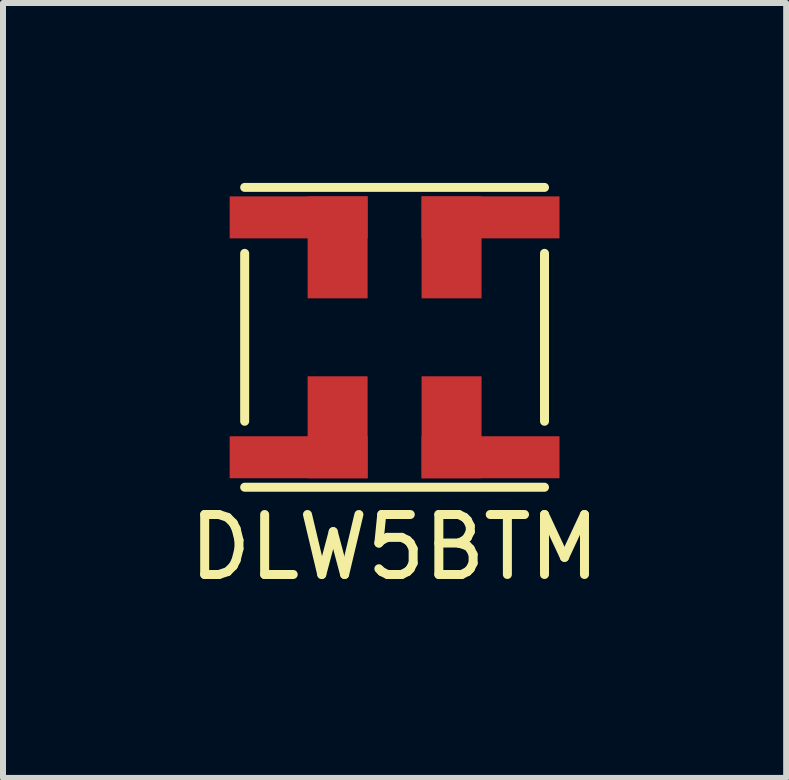
<source format=kicad_pcb>
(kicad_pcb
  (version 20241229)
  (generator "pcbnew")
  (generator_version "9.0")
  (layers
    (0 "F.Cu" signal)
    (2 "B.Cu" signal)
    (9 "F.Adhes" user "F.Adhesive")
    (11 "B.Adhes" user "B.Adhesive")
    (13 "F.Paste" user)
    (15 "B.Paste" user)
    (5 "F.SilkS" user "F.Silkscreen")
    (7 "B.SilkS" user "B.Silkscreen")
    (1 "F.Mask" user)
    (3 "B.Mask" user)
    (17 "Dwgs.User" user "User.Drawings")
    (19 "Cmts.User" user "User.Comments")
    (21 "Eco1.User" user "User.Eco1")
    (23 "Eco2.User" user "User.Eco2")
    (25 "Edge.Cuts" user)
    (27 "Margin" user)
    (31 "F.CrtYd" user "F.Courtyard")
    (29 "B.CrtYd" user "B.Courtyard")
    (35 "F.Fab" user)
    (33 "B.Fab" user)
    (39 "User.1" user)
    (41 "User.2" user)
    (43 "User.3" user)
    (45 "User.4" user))
  (footprint "DLW5BTM"
    (layer "F.Cu")
    (at 3.53 2.575)
    (property "Reference" "DLW5BTM" (at 0 3.5 0) (layer "F.SilkS") (effects (font (size 1 1) (thickness 0.15))))
    (attr through_hole)
    (fp_line (start -2.5 -2.5) (end 2.5 -2.5) (stroke (width 0.15) (type solid)) (layer "F.SilkS"))
    (fp_line (start -2.5 -1.4) (end -2.5 1.4) (stroke (width 0.15) (type solid)) (layer "F.SilkS"))
    (fp_line (start 2.5 -1.4) (end 2.5 1.4) (stroke (width 0.15) (type solid)) (layer "F.SilkS"))
    (fp_line (start 2.5 2.5) (end -2.5 2.5) (stroke (width 0.15) (type solid)) (layer "F.SilkS"))
    (pad "1" smd rect (at -1.6 -2) (size 2.3 0.7) (layers "F.Cu" "F.Mask" "F.Paste"))
    (pad "1" smd rect (at -0.95 -1.5) (size 1 1.7) (layers "F.Cu" "F.Mask" "F.Paste"))
    (pad "2" smd rect (at -1.6 2) (size 2.3 0.7) (layers "F.Cu" "F.Mask" "F.Paste"))
    (pad "2" smd rect (at -0.95 1.5) (size 1 1.7) (layers "F.Cu" "F.Mask" "F.Paste"))
    (pad "3" smd rect (at 0.95 1.5) (size 1 1.7) (layers "F.Cu" "F.Mask" "F.Paste"))
    (pad "3" smd rect (at 1.6 2) (size 2.3 0.7) (layers "F.Cu" "F.Mask" "F.Paste"))
    (pad "4" smd rect (at 0.95 -1.5) (size 1 1.7) (layers "F.Cu" "F.Mask" "F.Paste"))
    (pad "4" smd rect (at 1.6 -2) (size 2.3 0.7) (layers "F.Cu" "F.Mask" "F.Paste")))
  (gr_rect
    (start -3 -3)
    (end 10.06 9.923)
    (stroke (width 0.1) (type default))
    (fill no)
    (layer "Edge.Cuts")))
</source>
